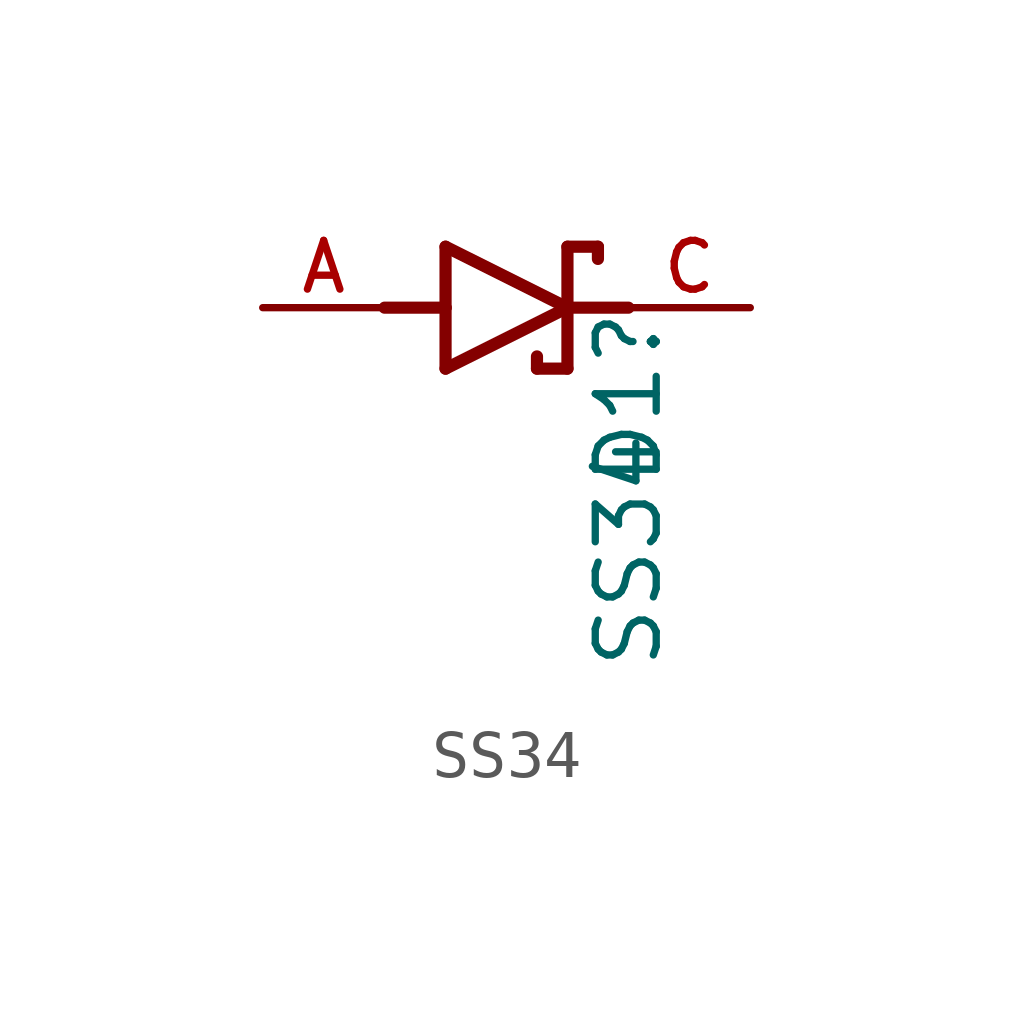
<source format=kicad_sym>
(kicad_symbol_lib
  (version 20220914)
  (generator kicad_symbol_editor)
  (symbol "SS34"
    (pin_names
      (offset 1.016))
    (property "Reference" "D1"
      (at 2.54 0 90)
      (effects (font (size 1.27 1.27)) (justify right)))
    (property "Value" "SS34"
      (at 2.54 -2.54 90)
      (effects (font (size 1.27 1.27)) (justify right)))
    (symbol "SS34_0_0"
      (polyline (pts (xy -2.54 0) (xy -1.27 0)) (stroke (width 0.254) (type default)) (fill (type none)))
      (polyline (pts (xy -1.27 -1.27) (xy 1.27 0)) (stroke (width 0.254) (type default)) (fill (type none)))
      (polyline (pts (xy -1.27 0) (xy -1.27 -1.27)) (stroke (width 0.254) (type default)) (fill (type none)))
      (polyline (pts (xy -1.27 1.27) (xy -1.27 0)) (stroke (width 0.254) (type default)) (fill (type none)))
      (polyline (pts (xy 0.635 -1.016) (xy 0.635 -1.27)) (stroke (width 0.254) (type default)) (fill (type none)))
      (polyline (pts (xy 1.27 -1.27) (xy 0.635 -1.27)) (stroke (width 0.254) (type default)) (fill (type none)))
      (polyline (pts (xy 1.27 0) (xy -1.27 1.27)) (stroke (width 0.254) (type default)) (fill (type none)))
      (polyline (pts (xy 1.27 0) (xy 1.27 -1.27)) (stroke (width 0.254) (type default)) (fill (type none)))
      (polyline (pts (xy 1.27 1.27) (xy 1.27 0)) (stroke (width 0.254) (type default)) (fill (type none)))
      (polyline (pts (xy 1.905 1.27) (xy 1.27 1.27)) (stroke (width 0.254) (type default)) (fill (type none)))
      (polyline (pts (xy 1.905 1.27) (xy 1.905 1.016)) (stroke (width 0.254) (type default)) (fill (type none)))
      (polyline (pts (xy 2.54 0) (xy 1.27 0)) (stroke (width 0.254) (type default)) (fill (type none)))
      (pin passive line (at -5.08 0 0) (length 2.54) (name "~" (effects (font (size 1.016 1.016)))) (number "A" (effects (font (size 1.016 1.016)))))
      (pin passive line (at 5.08 0 180) (length 2.54) (name "~" (effects (font (size 1.016 1.016)))) (number "C" (effects (font (size 1.016 1.016))))))))
</source>
